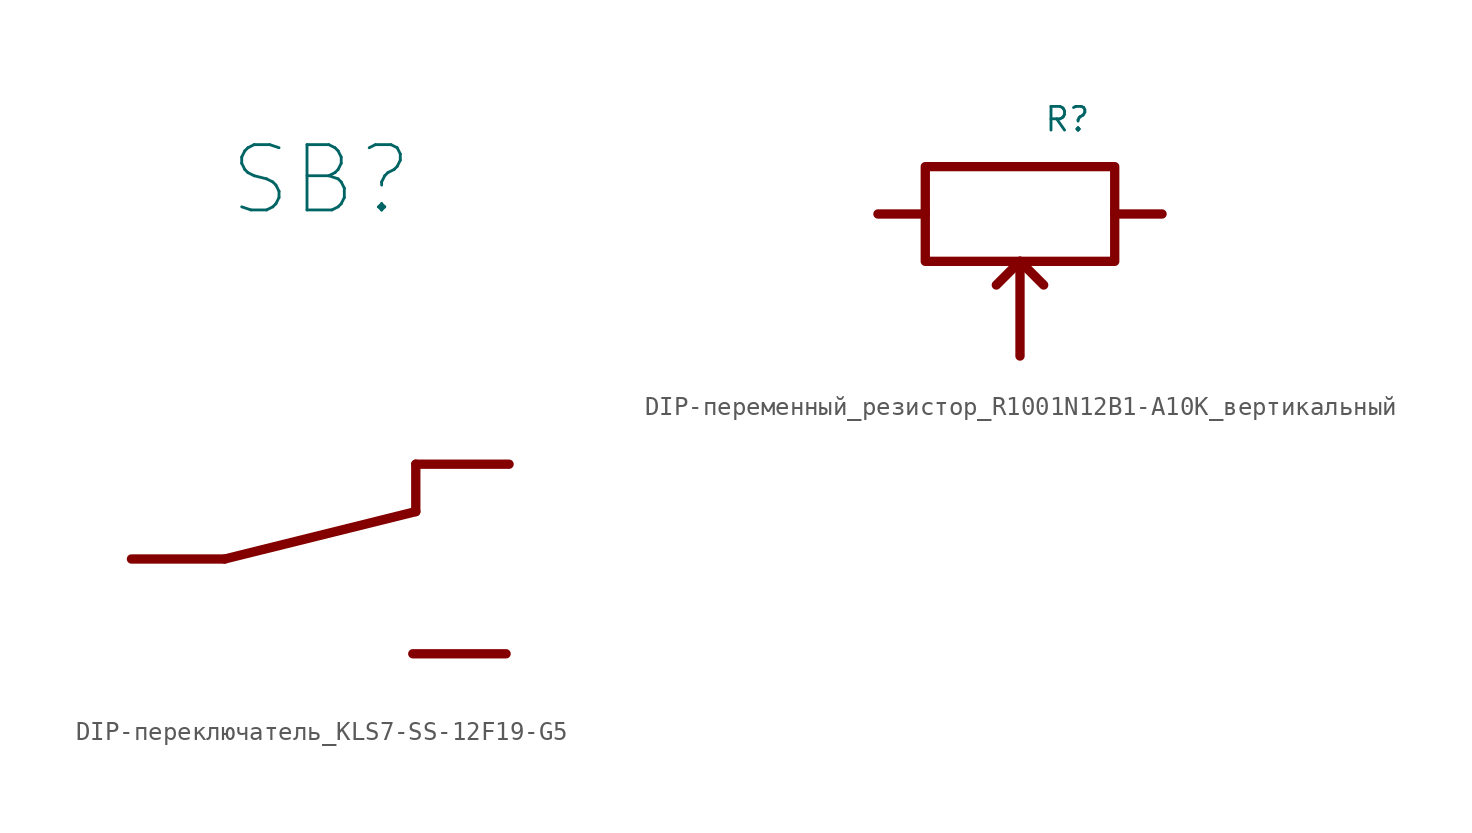
<source format=kicad_sym>
(kicad_symbol_lib
  (version 20211014)
  (generator kicad_symbol_editor)
  (symbol "DIP-переключатель_KLS7-SS-12F19-G5"
    (property "Reference" "SB"
      (at 10.16 20.32 0)
      (effects (font (size 3.5 3.5))))
    (property "INFO" ""
      (at 7.5 -3.75 0)
      (effects (font (size 3.505 3.505))))
    (symbol "DIP-переключатель_KLS7-SS-12F19-G5_0_1"
      (polyline (pts (xy 5 0) (xy 0 0)) (stroke (width 0.5) (type default) (color 0 0 0 0)) (fill (type none)))
      (polyline (pts (xy 5 0) (xy 15.24 2.54)) (stroke (width 0.5) (type default) (color 0 0 0 0)) (fill (type none)))
      (polyline (pts (xy 15.08 -5.08) (xy 20.08 -5.08)) (stroke (width 0.5) (type default) (color 0 0 0 0)) (fill (type none)))
      (polyline (pts (xy 15.24 5.08) (xy 15.24 2.54)) (stroke (width 0.5) (type default) (color 0 0 0 0)) (fill (type none)))
      (polyline (pts (xy 15.24 5.08) (xy 20.24 5.08)) (stroke (width 0.5) (type default) (color 0 0 0 0)) (fill (type none))))
    (symbol "DIP-переключатель_KLS7-SS-12F19-G5_1_1"
      (pin output line (at 20.32 5.08 180) (length 5.004) hide (name "" (effects (font (size 3.505 3.505)))) (number "1" (effects (font (size 3.505 3.505)))))
      (pin input line (at 0 0 0) (length 5.004) hide (name "" (effects (font (size 3.505 3.505)))) (number "2" (effects (font (size 3.505 3.505)))))
      (pin output line (at 20.32 -5.08 180) (length 5.004) hide (name "" (effects (font (size 3.505 3.505)))) (number "3" (effects (font (size 3.505 3.505)))))))
  (symbol "DIP-переменный_резистор_R1001N12B1-A10K_вертикальный"
    (property "Reference" "R"
      (at 2.54 5.08 0)
      (effects (font (size 1.27 1.27))))
    (property "INFO" ""
      (at 0 0 0)
      (effects (font (size 3.505 3.505))))
    (symbol "DIP-переменный_резистор_R1001N12B1-A10K_вертикальный_0_1"
      (rectangle (start -5.08 2.54) (end 5.08 -2.54) (stroke (width 0.5) (type default) (color 0 0 0 0)) (fill (type none)))
      (polyline (pts (xy -5.08 0) (xy -7.62 0)) (stroke (width 0.5) (type default) (color 0 0 0 0)) (fill (type none)))
      (polyline (pts (xy 0 -7.62) (xy 0 -2.54)) (stroke (width 0.5) (type default) (color 0 0 0 0)) (fill (type none)))
      (polyline (pts (xy 0 -2.54) (xy -1.27 -3.81)) (stroke (width 0.5) (type default) (color 0 0 0 0)) (fill (type none)))
      (polyline (pts (xy 0 -2.54) (xy 1.27 -3.81)) (stroke (width 0.5) (type default) (color 0 0 0 0)) (fill (type none)))
      (polyline (pts (xy 5.08 0) (xy 7.62 0)) (stroke (width 0.5) (type default) (color 0 0 0 0)) (fill (type none))))
    (symbol "DIP-переменный_резистор_R1001N12B1-A10K_вертикальный_1_1"
      (pin output line (at -7.62 0 180) (length 0) hide (name "" (effects (font (size 3.505 3.505)))) (number "1" (effects (font (size 3.505 3.505)))))
      (pin output line (at 0 -7.62 270) (length 0) hide (name "" (effects (font (size 3.505 3.505)))) (number "2" (effects (font (size 3.505 3.505)))))
      (pin output line (at 7.62 0 180) (length 0) hide (name "" (effects (font (size 3.505 3.505)))) (number "3" (effects (font (size 3.505 3.505))))))))
</source>
